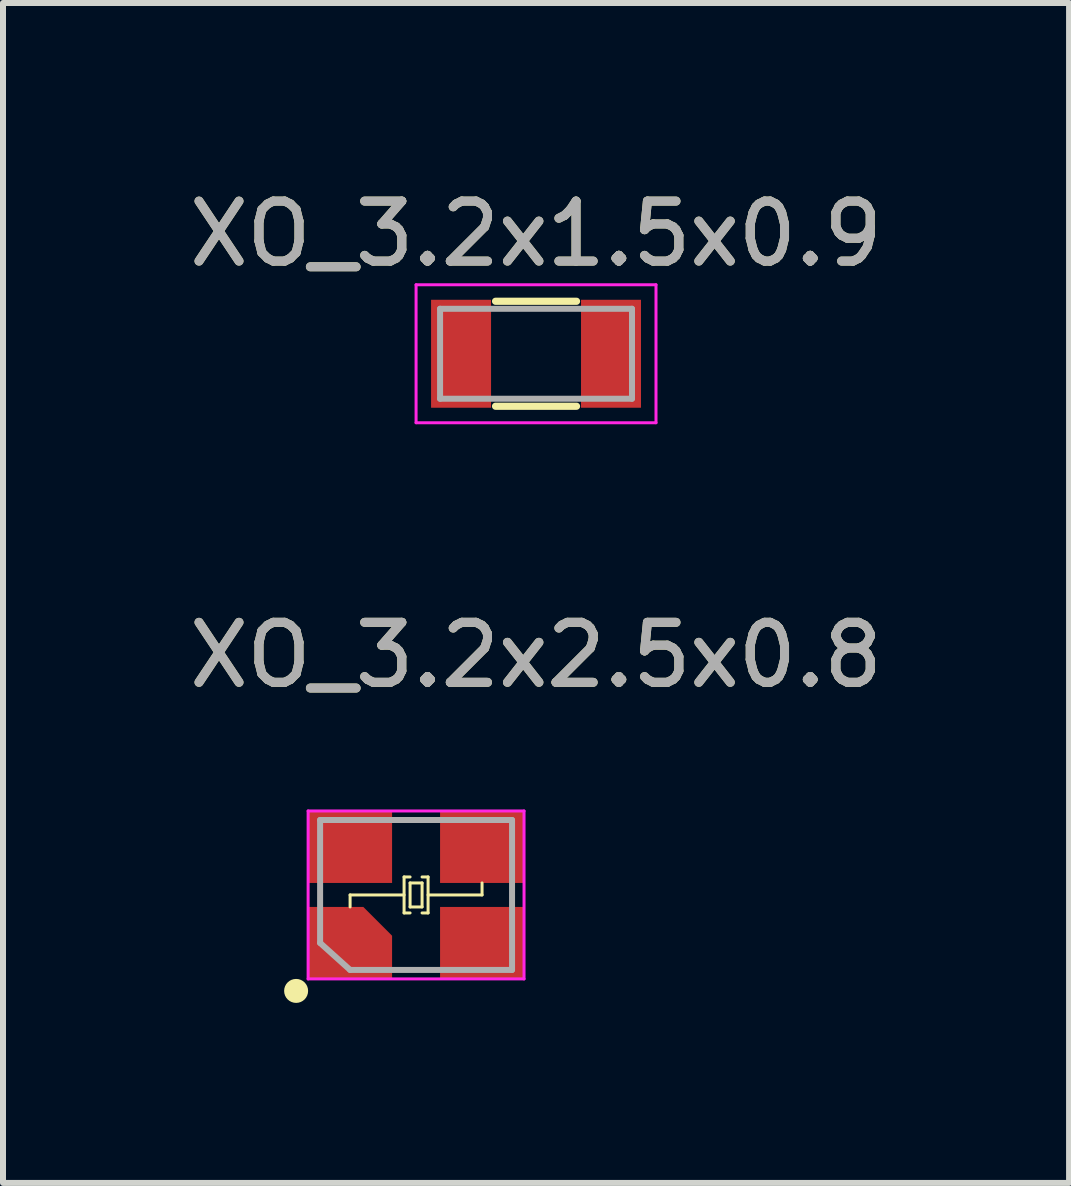
<source format=kicad_pcb>
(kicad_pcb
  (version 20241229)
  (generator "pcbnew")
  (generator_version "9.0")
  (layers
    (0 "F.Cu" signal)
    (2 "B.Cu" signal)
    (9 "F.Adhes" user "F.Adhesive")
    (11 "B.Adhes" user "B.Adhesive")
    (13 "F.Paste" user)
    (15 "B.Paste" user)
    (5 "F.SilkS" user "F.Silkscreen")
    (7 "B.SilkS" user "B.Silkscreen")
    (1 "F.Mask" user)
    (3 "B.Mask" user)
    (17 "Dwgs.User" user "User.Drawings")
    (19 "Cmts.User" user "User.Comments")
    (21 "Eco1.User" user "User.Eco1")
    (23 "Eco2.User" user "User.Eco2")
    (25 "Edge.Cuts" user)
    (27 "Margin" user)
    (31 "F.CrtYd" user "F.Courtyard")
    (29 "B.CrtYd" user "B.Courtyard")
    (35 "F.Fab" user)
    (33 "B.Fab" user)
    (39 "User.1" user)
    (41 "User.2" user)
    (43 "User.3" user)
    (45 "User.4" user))
  (footprint "XO_3.2x2.5x0.8"
    (layer "F.Cu")
    (at 3.887 11.871)
    (property "Reference" "XO_3.2x2.5x0.8" (at 2 -4 0) (unlocked yes) (layer "F.SilkS") (effects (font (size 1 1) (thickness 0.15))))
    (attr smd)
    (fp_line (start -1.1 0) (end -1.1 0.2) (stroke (width 0.05) (type solid)) (layer "F.SilkS"))
    (fp_line (start -0.2 -0.3) (end -0.2 0.3) (stroke (width 0.05) (type solid)) (layer "F.SilkS"))
    (fp_line (start -0.2 0) (end -1.1 0) (stroke (width 0.05) (type solid)) (layer "F.SilkS"))
    (fp_line (start -0.2 0.3) (end -0.1 0.3) (stroke (width 0.05) (type solid)) (layer "F.SilkS"))
    (fp_line (start -0.1 -0.3) (end -0.2 -0.3) (stroke (width 0.05) (type solid)) (layer "F.SilkS"))
    (fp_line (start -0.1 -0.2) (end -0.1 0.2) (stroke (width 0.05) (type solid)) (layer "F.SilkS"))
    (fp_line (start -0.1 -0.2) (end 0.1 -0.2) (stroke (width 0.05) (type solid)) (layer "F.SilkS"))
    (fp_line (start 0.1 -0.2) (end 0.1 0.2) (stroke (width 0.05) (type solid)) (layer "F.SilkS"))
    (fp_line (start 0.1 0.2) (end -0.1 0.2) (stroke (width 0.05) (type solid)) (layer "F.SilkS"))
    (fp_line (start 0.1 0.3) (end 0.2 0.3) (stroke (width 0.05) (type solid)) (layer "F.SilkS"))
    (fp_line (start 0.2 -0.3) (end 0.1 -0.3) (stroke (width 0.05) (type solid)) (layer "F.SilkS"))
    (fp_line (start 0.2 0) (end 1.1 0) (stroke (width 0.05) (type solid)) (layer "F.SilkS"))
    (fp_line (start 0.2 0.3) (end 0.2 -0.3) (stroke (width 0.05) (type solid)) (layer "F.SilkS"))
    (fp_line (start 1.1 0) (end 1.1 -0.2) (stroke (width 0.05) (type solid)) (layer "F.SilkS"))
    (fp_circle (center -2 1.6) (end -1.9 1.6) (stroke (width 0.2) (type solid)) (fill no) (layer "F.SilkS"))
    (fp_line (start -1.8 -1.4) (end -1.8 1.4) (stroke (width 0.05) (type solid)) (layer "F.CrtYd"))
    (fp_line (start -1.8 1.4) (end 1.8 1.4) (stroke (width 0.05) (type solid)) (layer "F.CrtYd"))
    (fp_line (start 1.8 -1.4) (end -1.8 -1.4) (stroke (width 0.05) (type solid)) (layer "F.CrtYd"))
    (fp_line (start 1.8 1.4) (end 1.8 -1.4) (stroke (width 0.05) (type solid)) (layer "F.CrtYd"))
    (fp_line (start -1.6 -1.25) (end 1.6 -1.25) (stroke (width 0.1) (type solid)) (layer "F.Fab"))
    (fp_line (start -1.6 0.8) (end -1.6 -1.25) (stroke (width 0.1) (type solid)) (layer "F.Fab"))
    (fp_line (start -1.6 0.8) (end -1.1 1.25) (stroke (width 0.1) (type solid)) (layer "F.Fab"))
    (fp_line (start 1.6 -1.25) (end 1.6 1.25) (stroke (width 0.1) (type solid)) (layer "F.Fab"))
    (fp_line (start 1.6 1.25) (end -1.1 1.25) (stroke (width 0.1) (type solid)) (layer "F.Fab"))
    (fp_text user "${REFERENCE}" (at 2 -4 0) (unlocked yes) (layer "F.Fab") (effects (font (size 1 1) (thickness 0.15))))
    (pad "1" smd roundrect (at -1.1 0.8) (size 1.4 1.2) (layers "F.Cu" "F.Mask" "F.Paste") (roundrect_rratio 0) (chamfer_ratio 0.4) (chamfer top_right))
    (pad "2" smd rect (at -1.1 -0.8) (size 1.4 1.2) (layers "F.Cu" "F.Mask" "F.Paste"))
    (pad "3" smd rect (at 1.1 -0.8) (size 1.4 1.2) (layers "F.Cu" "F.Mask" "F.Paste"))
    (pad "4" smd rect (at 1.1 0.8) (size 1.4 1.2) (layers "F.Cu" "F.Mask" "F.Paste")))
  (footprint "XO_3.2x1.5x0.9"
    (layer "F.Cu")
    (at 5.887 2.848)
    (property "Reference" "XO_3.2x1.5x0.9" (at 0 -2 0) (layer "F.SilkS") (effects (font (size 1 1) (thickness 0.15))))
    (attr smd)
    (fp_line (start -0.675 -0.875) (end 0.675 -0.875) (stroke (width 0.12) (type solid)) (layer "F.SilkS"))
    (fp_line (start -0.675 0.875) (end 0.675 0.875) (stroke (width 0.12) (type solid)) (layer "F.SilkS"))
    (fp_line (start -2 -1.15) (end -2 1.15) (stroke (width 0.05) (type solid)) (layer "F.CrtYd"))
    (fp_line (start -2 -1.15) (end 2 -1.15) (stroke (width 0.05) (type solid)) (layer "F.CrtYd"))
    (fp_line (start -2 1.15) (end 2 1.15) (stroke (width 0.05) (type solid)) (layer "F.CrtYd"))
    (fp_line (start 2 -1.15) (end 2 1.15) (stroke (width 0.05) (type solid)) (layer "F.CrtYd"))
    (fp_line (start -1.6 -0.75) (end -1.6 0.75) (stroke (width 0.1) (type solid)) (layer "F.Fab"))
    (fp_line (start -1.6 -0.75) (end 1.6 -0.75) (stroke (width 0.1) (type solid)) (layer "F.Fab"))
    (fp_line (start -1.6 0.75) (end 1.6 0.75) (stroke (width 0.1) (type solid)) (layer "F.Fab"))
    (fp_line (start 1.6 -0.75) (end 1.6 0.75) (stroke (width 0.1) (type solid)) (layer "F.Fab"))
    (fp_text user "${REFERENCE}" (at 0 -2 0) (layer "F.Fab") (effects (font (size 1 1) (thickness 0.15))))
    (pad "1" smd rect (at 1.25 0) (size 1 1.8) (layers "F.Cu" "F.Mask" "F.Paste"))
    (pad "2" smd rect (at -1.25 0) (size 1 1.8) (layers "F.Cu" "F.Mask" "F.Paste")))
  (gr_rect
    (start -3 -3)
    (end 14.774 16.672)
    (stroke (width 0.1) (type default))
    (fill no)
    (layer "Edge.Cuts")))
</source>
